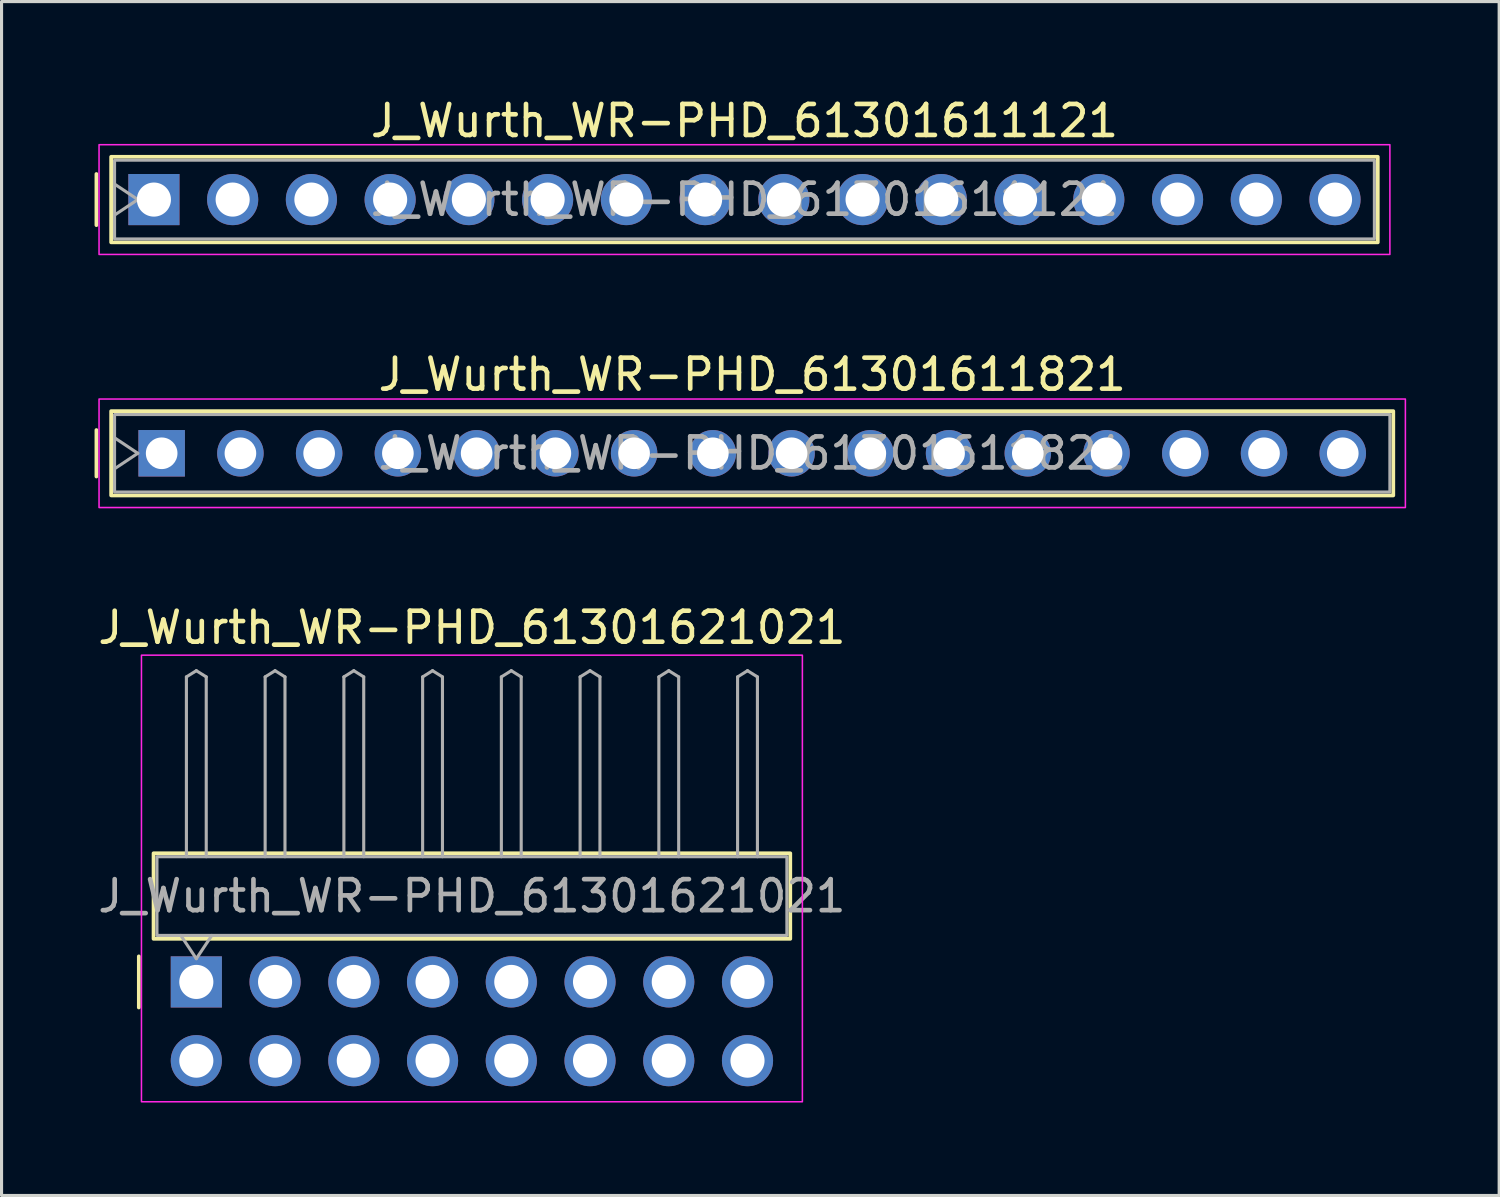
<source format=kicad_pcb>
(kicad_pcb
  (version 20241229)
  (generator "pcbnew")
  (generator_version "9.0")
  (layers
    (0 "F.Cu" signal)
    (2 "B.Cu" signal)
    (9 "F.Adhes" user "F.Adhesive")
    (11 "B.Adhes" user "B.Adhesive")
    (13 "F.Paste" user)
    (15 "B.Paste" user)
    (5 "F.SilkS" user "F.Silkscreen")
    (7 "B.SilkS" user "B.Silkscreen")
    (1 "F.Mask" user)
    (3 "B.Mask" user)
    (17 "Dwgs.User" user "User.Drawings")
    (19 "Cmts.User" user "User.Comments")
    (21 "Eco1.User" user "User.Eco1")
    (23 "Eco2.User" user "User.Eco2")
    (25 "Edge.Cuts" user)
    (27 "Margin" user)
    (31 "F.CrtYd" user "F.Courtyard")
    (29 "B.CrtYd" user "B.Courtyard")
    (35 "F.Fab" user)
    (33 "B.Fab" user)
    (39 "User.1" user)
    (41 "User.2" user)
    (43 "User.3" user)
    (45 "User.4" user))
  (footprint "J_Wurth_WR-PHD_61301611821"
    (layer "F.Cu")
    (at 2.165 11.572)
    (property "Reference" "J_Wurth_WR-PHD_61301611821" (at 19.05 -2.54 0) (unlocked yes) (layer "F.SilkS") (effects (font (size 1 1) (thickness 0.15))))
    (attr through_hole)
    (fp_line (start -2.105 -0.75) (end -2.105 0.75) (stroke (width 0.12) (type solid)) (layer "F.SilkS"))
    (fp_rect (start -1.63 -1.36) (end 39.73 1.36) (stroke (width 0.12) (type solid)) (fill no) (layer "F.SilkS"))
    (fp_rect (start -2.02 -1.75) (end 40.12 1.75) (stroke (width 0.05) (type solid)) (fill no) (layer "F.CrtYd"))
    (fp_line (start -1.52 -0.5) (end -0.77 0) (stroke (width 0.1) (type solid)) (layer "F.Fab"))
    (fp_line (start -0.77 0) (end -1.52 0.5) (stroke (width 0.1) (type solid)) (layer "F.Fab"))
    (fp_rect (start -1.52 -1.25) (end 39.62 1.25) (stroke (width 0.1) (type solid)) (fill no) (layer "F.Fab"))
    (fp_text user "${REFERENCE}" (at 19.05 0 0) (unlocked yes) (layer "F.Fab") (effects (font (size 1 1) (thickness 0.15))))
    (pad "1" thru_hole rect (at 0 0) (size 1.5 1.5) (drill 1.02) (layers "*.Cu" "*.Mask"))
    (pad "2" thru_hole circle (at 2.54 0) (size 1.5 1.5) (drill 1.02) (layers "*.Cu" "*.Mask"))
    (pad "3" thru_hole circle (at 5.08 0) (size 1.5 1.5) (drill 1.02) (layers "*.Cu" "*.Mask"))
    (pad "4" thru_hole circle (at 7.62 0) (size 1.5 1.5) (drill 1.02) (layers "*.Cu" "*.Mask"))
    (pad "5" thru_hole circle (at 10.16 0) (size 1.5 1.5) (drill 1.02) (layers "*.Cu" "*.Mask"))
    (pad "6" thru_hole circle (at 12.7 0) (size 1.5 1.5) (drill 1.02) (layers "*.Cu" "*.Mask"))
    (pad "7" thru_hole circle (at 15.24 0) (size 1.5 1.5) (drill 1.02) (layers "*.Cu" "*.Mask"))
    (pad "8" thru_hole circle (at 17.78 0) (size 1.5 1.5) (drill 1.02) (layers "*.Cu" "*.Mask"))
    (pad "9" thru_hole circle (at 20.32 0) (size 1.5 1.5) (drill 1.02) (layers "*.Cu" "*.Mask"))
    (pad "10" thru_hole circle (at 22.86 0) (size 1.5 1.5) (drill 1.02) (layers "*.Cu" "*.Mask"))
    (pad "11" thru_hole circle (at 25.4 0) (size 1.5 1.5) (drill 1.02) (layers "*.Cu" "*.Mask"))
    (pad "12" thru_hole circle (at 27.94 0) (size 1.5 1.5) (drill 1.02) (layers "*.Cu" "*.Mask"))
    (pad "13" thru_hole circle (at 30.48 0) (size 1.5 1.5) (drill 1.02) (layers "*.Cu" "*.Mask"))
    (pad "14" thru_hole circle (at 33.02 0) (size 1.5 1.5) (drill 1.02) (layers "*.Cu" "*.Mask"))
    (pad "15" thru_hole circle (at 35.56 0) (size 1.5 1.5) (drill 1.02) (layers "*.Cu" "*.Mask"))
    (pad "16" thru_hole circle (at 38.1 0) (size 1.5 1.5) (drill 1.02) (layers "*.Cu" "*.Mask")))
  (footprint "J_Wurth_WR-PHD_61301621021"
    (layer "F.Cu")
    (at 3.283 28.625)
    (property "Reference" "J_Wurth_WR-PHD_61301621021" (at 8.89 -11.43 0) (unlocked yes) (layer "F.SilkS") (effects (font (size 1 1) (thickness 0.15))))
    (attr through_hole)
    (fp_line (start -1.855 -0.825) (end -1.855 0.825) (stroke (width 0.12) (type solid)) (layer "F.SilkS"))
    (fp_rect (start -1.38 -4.15) (end 19.16 -1.39) (stroke (width 0.12) (type solid)) (fill no) (layer "F.SilkS"))
    (fp_rect (start -1.77 -10.54) (end 19.55 3.865) (stroke (width 0.05) (type solid)) (fill no) (layer "F.CrtYd"))
    (fp_line (start -0.32 -9.84) (end -0.32 -4.04) (stroke (width 0.1) (type solid)) (layer "F.Fab"))
    (fp_line (start 0 -10.04) (end -0.32 -9.84) (stroke (width 0.1) (type solid)) (layer "F.Fab"))
    (fp_line (start 0 -0.75) (end -0.5 -1.5) (stroke (width 0.1) (type solid)) (layer "F.Fab"))
    (fp_line (start 0 -0.75) (end 0.5 -1.5) (stroke (width 0.1) (type solid)) (layer "F.Fab"))
    (fp_line (start 0.32 -9.84) (end 0 -10.04) (stroke (width 0.1) (type default)) (layer "F.Fab"))
    (fp_line (start 0.32 -4.04) (end 0.32 -9.84) (stroke (width 0.1) (type solid)) (layer "F.Fab"))
    (fp_line (start 2.22 -9.84) (end 2.22 -4.04) (stroke (width 0.1) (type solid)) (layer "F.Fab"))
    (fp_line (start 2.54 -10.04) (end 2.22 -9.84) (stroke (width 0.1) (type solid)) (layer "F.Fab"))
    (fp_line (start 2.86 -9.84) (end 2.54 -10.04) (stroke (width 0.1) (type default)) (layer "F.Fab"))
    (fp_line (start 2.86 -4.04) (end 2.86 -9.84) (stroke (width 0.1) (type solid)) (layer "F.Fab"))
    (fp_line (start 4.76 -9.84) (end 4.76 -4.04) (stroke (width 0.1) (type solid)) (layer "F.Fab"))
    (fp_line (start 5.08 -10.04) (end 4.76 -9.84) (stroke (width 0.1) (type solid)) (layer "F.Fab"))
    (fp_line (start 5.4 -9.84) (end 5.08 -10.04) (stroke (width 0.1) (type default)) (layer "F.Fab"))
    (fp_line (start 5.4 -4.04) (end 5.4 -9.84) (stroke (width 0.1) (type solid)) (layer "F.Fab"))
    (fp_line (start 7.3 -9.84) (end 7.3 -4.04) (stroke (width 0.1) (type solid)) (layer "F.Fab"))
    (fp_line (start 7.62 -10.04) (end 7.3 -9.84) (stroke (width 0.1) (type solid)) (layer "F.Fab"))
    (fp_line (start 7.94 -9.84) (end 7.62 -10.04) (stroke (width 0.1) (type default)) (layer "F.Fab"))
    (fp_line (start 7.94 -4.04) (end 7.94 -9.84) (stroke (width 0.1) (type solid)) (layer "F.Fab"))
    (fp_line (start 9.84 -9.84) (end 9.84 -4.04) (stroke (width 0.1) (type solid)) (layer "F.Fab"))
    (fp_line (start 10.16 -10.04) (end 9.84 -9.84) (stroke (width 0.1) (type solid)) (layer "F.Fab"))
    (fp_line (start 10.48 -9.84) (end 10.16 -10.04) (stroke (width 0.1) (type solid)) (layer "F.Fab"))
    (fp_line (start 10.48 -4.04) (end 10.48 -9.84) (stroke (width 0.1) (type solid)) (layer "F.Fab"))
    (fp_line (start 12.38 -9.84) (end 12.38 -4.04) (stroke (width 0.1) (type solid)) (layer "F.Fab"))
    (fp_line (start 12.7 -10.04) (end 12.38 -9.84) (stroke (width 0.1) (type solid)) (layer "F.Fab"))
    (fp_line (start 13.02 -9.84) (end 12.7 -10.04) (stroke (width 0.1) (type solid)) (layer "F.Fab"))
    (fp_line (start 13.02 -4.04) (end 13.02 -9.84) (stroke (width 0.1) (type solid)) (layer "F.Fab"))
    (fp_line (start 14.92 -9.84) (end 14.92 -4.04) (stroke (width 0.1) (type solid)) (layer "F.Fab"))
    (fp_line (start 15.24 -10.04) (end 14.92 -9.84) (stroke (width 0.1) (type solid)) (layer "F.Fab"))
    (fp_line (start 15.56 -9.84) (end 15.24 -10.04) (stroke (width 0.1) (type solid)) (layer "F.Fab"))
    (fp_line (start 15.56 -4.04) (end 15.56 -9.84) (stroke (width 0.1) (type solid)) (layer "F.Fab"))
    (fp_line (start 17.46 -9.84) (end 17.46 -4.04) (stroke (width 0.1) (type solid)) (layer "F.Fab"))
    (fp_line (start 17.78 -10.04) (end 17.46 -9.84) (stroke (width 0.1) (type solid)) (layer "F.Fab"))
    (fp_line (start 17.78 -10.04) (end 18.1 -9.84) (stroke (width 0.1) (type solid)) (layer "F.Fab"))
    (fp_line (start 18.1 -4.04) (end 18.1 -9.84) (stroke (width 0.1) (type solid)) (layer "F.Fab"))
    (fp_rect (start -1.27 -4.04) (end 19.05 -1.5) (stroke (width 0.1) (type solid)) (fill no) (layer "F.Fab"))
    (fp_text user "${REFERENCE}" (at 8.89 -2.77 0) (unlocked yes) (layer "F.Fab") (effects (font (size 1 1) (thickness 0.15))))
    (pad "1" thru_hole rect (at 0 0 180) (size 1.65 1.65) (drill 1.1) (layers "*.Cu" "*.Mask"))
    (pad "2" thru_hole circle (at 0 2.54 180) (size 1.65 1.65) (drill 1.1) (layers "*.Cu" "*.Mask"))
    (pad "3" thru_hole circle (at 2.54 0 180) (size 1.65 1.65) (drill 1.1) (layers "*.Cu" "*.Mask"))
    (pad "4" thru_hole circle (at 2.54 2.54 180) (size 1.65 1.65) (drill 1.1) (layers "*.Cu" "*.Mask"))
    (pad "5" thru_hole circle (at 5.08 0 180) (size 1.65 1.65) (drill 1.1) (layers "*.Cu" "*.Mask"))
    (pad "6" thru_hole circle (at 5.08 2.54 180) (size 1.65 1.65) (drill 1.1) (layers "*.Cu" "*.Mask"))
    (pad "7" thru_hole circle (at 7.62 0 180) (size 1.65 1.65) (drill 1.1) (layers "*.Cu" "*.Mask"))
    (pad "8" thru_hole circle (at 7.62 2.54 180) (size 1.65 1.65) (drill 1.1) (layers "*.Cu" "*.Mask"))
    (pad "9" thru_hole circle (at 10.16 0 180) (size 1.65 1.65) (drill 1.1) (layers "*.Cu" "*.Mask"))
    (pad "10" thru_hole circle (at 10.16 2.54 180) (size 1.65 1.65) (drill 1.1) (layers "*.Cu" "*.Mask"))
    (pad "11" thru_hole circle (at 12.7 0 180) (size 1.65 1.65) (drill 1.1) (layers "*.Cu" "*.Mask"))
    (pad "12" thru_hole circle (at 12.7 2.54 180) (size 1.65 1.65) (drill 1.1) (layers "*.Cu" "*.Mask"))
    (pad "13" thru_hole circle (at 15.24 0 180) (size 1.65 1.65) (drill 1.1) (layers "*.Cu" "*.Mask"))
    (pad "14" thru_hole circle (at 15.24 2.54 180) (size 1.65 1.65) (drill 1.1) (layers "*.Cu" "*.Mask"))
    (pad "15" thru_hole circle (at 17.78 0 180) (size 1.65 1.65) (drill 1.1) (layers "*.Cu" "*.Mask"))
    (pad "16" thru_hole circle (at 17.78 2.54 180) (size 1.65 1.65) (drill 1.1) (layers "*.Cu" "*.Mask")))
  (footprint "J_Wurth_WR-PHD_61301611121"
    (layer "F.Cu")
    (at 1.915 3.388)
    (property "Reference" "J_Wurth_WR-PHD_61301611121" (at 19.05 -2.54 0) (unlocked yes) (layer "F.SilkS") (effects (font (size 1 1) (thickness 0.15))))
    (attr through_hole)
    (fp_line (start -1.855 -0.825) (end -1.855 0.825) (stroke (width 0.12) (type solid)) (layer "F.SilkS"))
    (fp_rect (start -1.38 -1.38) (end 39.48 1.38) (stroke (width 0.12) (type solid)) (fill no) (layer "F.SilkS"))
    (fp_rect (start -1.77 -1.77) (end 39.87 1.77) (stroke (width 0.05) (type solid)) (fill no) (layer "F.CrtYd"))
    (fp_line (start -1.27 -0.5) (end -0.52 0) (stroke (width 0.1) (type solid)) (layer "F.Fab"))
    (fp_line (start -0.52 0) (end -1.27 0.5) (stroke (width 0.1) (type solid)) (layer "F.Fab"))
    (fp_rect (start -1.27 -1.27) (end 39.37 1.27) (stroke (width 0.1) (type solid)) (fill no) (layer "F.Fab"))
    (fp_text user "${REFERENCE}" (at 19.05 0 0) (unlocked yes) (layer "F.Fab") (effects (font (size 1 1) (thickness 0.15))))
    (pad "1" thru_hole rect (at 0 0) (size 1.65 1.65) (drill 1.1) (layers "*.Cu" "*.Mask"))
    (pad "2" thru_hole circle (at 2.54 0) (size 1.65 1.65) (drill 1.1) (layers "*.Cu" "*.Mask"))
    (pad "3" thru_hole circle (at 5.08 0) (size 1.65 1.65) (drill 1.1) (layers "*.Cu" "*.Mask"))
    (pad "4" thru_hole circle (at 7.62 0) (size 1.65 1.65) (drill 1.1) (layers "*.Cu" "*.Mask"))
    (pad "5" thru_hole circle (at 10.16 0) (size 1.65 1.65) (drill 1.1) (layers "*.Cu" "*.Mask"))
    (pad "6" thru_hole circle (at 12.7 0) (size 1.65 1.65) (drill 1.1) (layers "*.Cu" "*.Mask"))
    (pad "7" thru_hole circle (at 15.24 0) (size 1.65 1.65) (drill 1.1) (layers "*.Cu" "*.Mask"))
    (pad "8" thru_hole circle (at 17.78 0) (size 1.65 1.65) (drill 1.1) (layers "*.Cu" "*.Mask"))
    (pad "9" thru_hole circle (at 20.32 0) (size 1.65 1.65) (drill 1.1) (layers "*.Cu" "*.Mask"))
    (pad "10" thru_hole circle (at 22.86 0) (size 1.65 1.65) (drill 1.1) (layers "*.Cu" "*.Mask"))
    (pad "11" thru_hole circle (at 25.4 0) (size 1.65 1.65) (drill 1.1) (layers "*.Cu" "*.Mask"))
    (pad "12" thru_hole circle (at 27.94 0) (size 1.65 1.65) (drill 1.1) (layers "*.Cu" "*.Mask"))
    (pad "13" thru_hole circle (at 30.48 0) (size 1.65 1.65) (drill 1.1) (layers "*.Cu" "*.Mask"))
    (pad "14" thru_hole circle (at 33.02 0) (size 1.65 1.65) (drill 1.1) (layers "*.Cu" "*.Mask"))
    (pad "15" thru_hole circle (at 35.56 0) (size 1.65 1.65) (drill 1.1) (layers "*.Cu" "*.Mask"))
    (pad "16" thru_hole circle (at 38.1 0) (size 1.65 1.65) (drill 1.1) (layers "*.Cu" "*.Mask")))
  (gr_rect
    (start -3 -3)
    (end 45.31 35.515)
    (stroke (width 0.1) (type default))
    (fill no)
    (layer "Edge.Cuts")))
</source>
